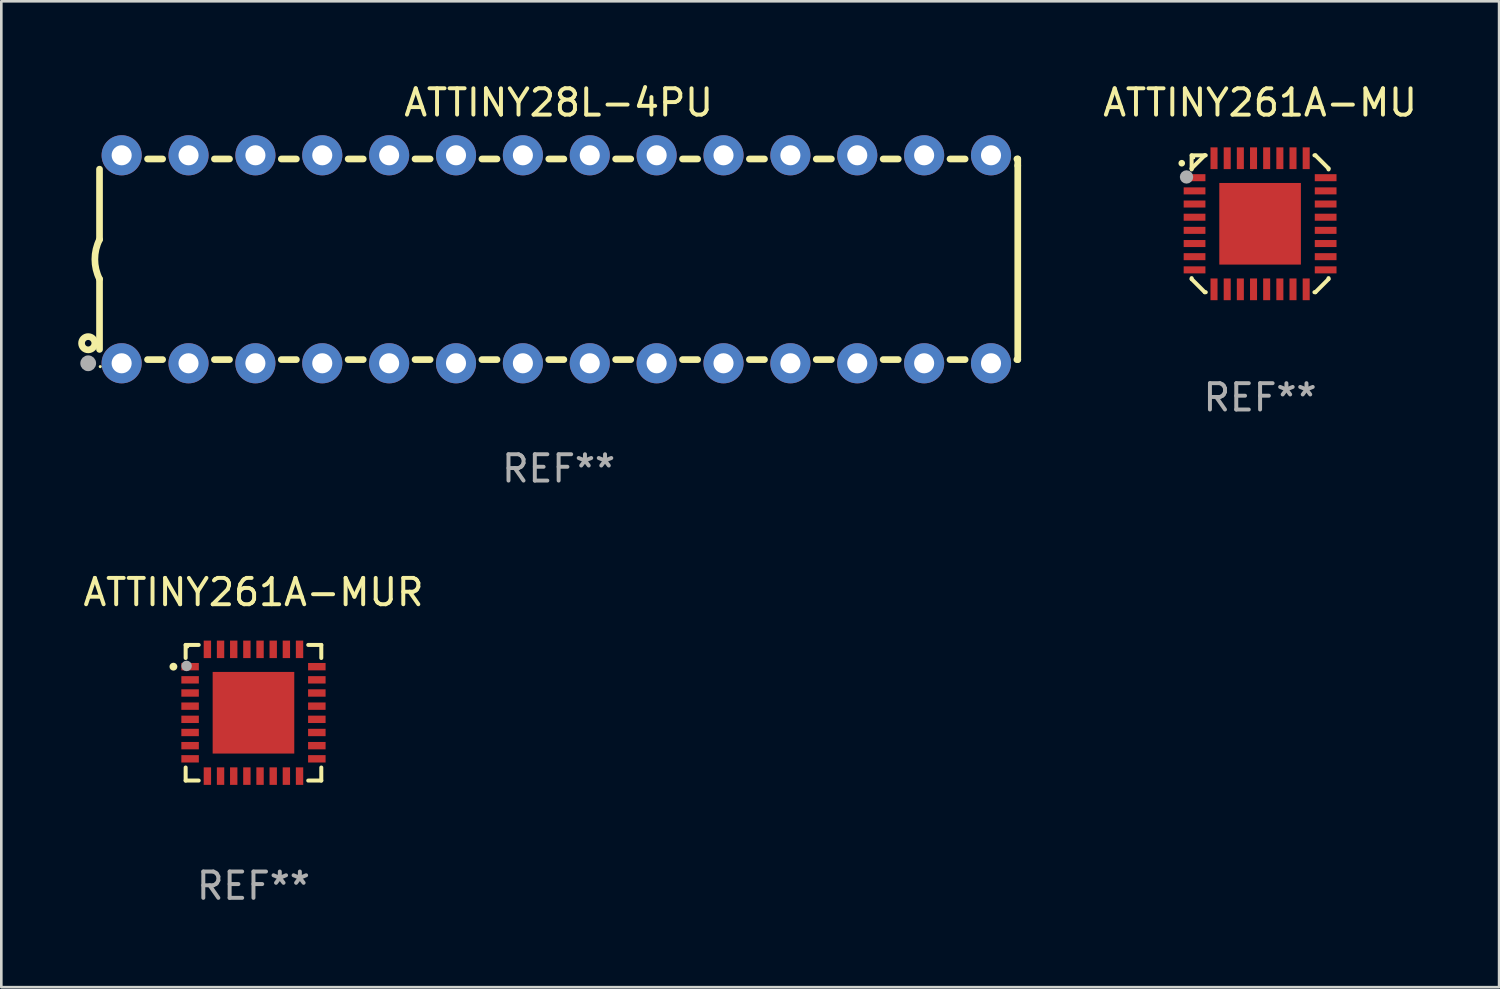
<source format=kicad_pcb>
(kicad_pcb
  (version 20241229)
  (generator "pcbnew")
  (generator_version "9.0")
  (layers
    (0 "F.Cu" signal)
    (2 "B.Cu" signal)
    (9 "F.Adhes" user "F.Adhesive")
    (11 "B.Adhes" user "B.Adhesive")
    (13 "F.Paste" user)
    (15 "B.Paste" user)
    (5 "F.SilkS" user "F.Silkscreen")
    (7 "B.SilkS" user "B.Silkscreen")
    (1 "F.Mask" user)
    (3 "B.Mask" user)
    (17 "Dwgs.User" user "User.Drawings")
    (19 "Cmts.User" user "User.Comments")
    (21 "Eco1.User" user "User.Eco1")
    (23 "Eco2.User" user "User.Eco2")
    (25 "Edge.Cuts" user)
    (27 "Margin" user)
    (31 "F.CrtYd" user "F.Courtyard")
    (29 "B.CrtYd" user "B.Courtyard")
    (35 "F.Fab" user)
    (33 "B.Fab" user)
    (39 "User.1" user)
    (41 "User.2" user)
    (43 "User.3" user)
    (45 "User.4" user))
  (footprint "ATTINY28L-4PU"
    (layer "F.Cu")
    (at 18.168 6.798)
    (property "Reference" "ATTINY28L-4PU" (at 0 -5.95 0) (layer "F.SilkS") (effects (font (size 1 1) (thickness 0.15))))
    (attr through_hole)
    (fp_line (start -17.438 0.75) (end -17.438 3.423) (stroke (width 0.254) (type solid)) (layer "F.SilkS"))
    (fp_line (start -17.438 -3.423) (end -17.438 -0.75) (stroke (width 0.254) (type solid)) (layer "F.SilkS"))
    (fp_line (start -15.615 3.81) (end -15.041 3.81) (stroke (width 0.254) (type solid)) (layer "F.SilkS"))
    (fp_line (start -15.041 -3.81) (end -15.614 -3.81) (stroke (width 0.254) (type solid)) (layer "F.SilkS"))
    (fp_line (start -13.075 3.81) (end -12.501 3.81) (stroke (width 0.254) (type solid)) (layer "F.SilkS"))
    (fp_line (start -12.501 -3.81) (end -13.074 -3.81) (stroke (width 0.254) (type solid)) (layer "F.SilkS"))
    (fp_line (start -10.535 3.81) (end -9.961 3.81) (stroke (width 0.254) (type solid)) (layer "F.SilkS"))
    (fp_line (start -9.961 -3.81) (end -10.534 -3.81) (stroke (width 0.254) (type solid)) (layer "F.SilkS"))
    (fp_line (start -7.995 3.81) (end -7.421 3.81) (stroke (width 0.254) (type solid)) (layer "F.SilkS"))
    (fp_line (start -7.421 -3.81) (end -7.995 -3.81) (stroke (width 0.254) (type solid)) (layer "F.SilkS"))
    (fp_line (start -5.455 3.81) (end -4.881 3.81) (stroke (width 0.254) (type solid)) (layer "F.SilkS"))
    (fp_line (start -4.881 -3.81) (end -5.455 -3.81) (stroke (width 0.254) (type solid)) (layer "F.SilkS"))
    (fp_line (start -2.915 3.81) (end -2.341 3.81) (stroke (width 0.254) (type solid)) (layer "F.SilkS"))
    (fp_line (start -2.341 -3.81) (end -2.915 -3.81) (stroke (width 0.254) (type solid)) (layer "F.SilkS"))
    (fp_line (start -0.375 3.81) (end 0.199 3.81) (stroke (width 0.254) (type solid)) (layer "F.SilkS"))
    (fp_line (start 0.199 -3.81) (end -0.375 -3.81) (stroke (width 0.254) (type solid)) (layer "F.SilkS"))
    (fp_line (start 2.165 3.81) (end 2.739 3.81) (stroke (width 0.254) (type solid)) (layer "F.SilkS"))
    (fp_line (start 2.739 -3.81) (end 2.165 -3.81) (stroke (width 0.254) (type solid)) (layer "F.SilkS"))
    (fp_line (start 4.705 3.81) (end 5.279 3.81) (stroke (width 0.254) (type solid)) (layer "F.SilkS"))
    (fp_line (start 5.279 -3.81) (end 4.705 -3.81) (stroke (width 0.254) (type solid)) (layer "F.SilkS"))
    (fp_line (start 7.245 3.81) (end 7.819 3.81) (stroke (width 0.254) (type solid)) (layer "F.SilkS"))
    (fp_line (start 7.819 -3.81) (end 7.245 -3.81) (stroke (width 0.254) (type solid)) (layer "F.SilkS"))
    (fp_line (start 9.785 3.81) (end 10.359 3.81) (stroke (width 0.254) (type solid)) (layer "F.SilkS"))
    (fp_line (start 10.359 -3.81) (end 9.785 -3.81) (stroke (width 0.254) (type solid)) (layer "F.SilkS"))
    (fp_line (start 12.325 3.81) (end 12.899 3.81) (stroke (width 0.254) (type solid)) (layer "F.SilkS"))
    (fp_line (start 12.899 -3.81) (end 12.325 -3.81) (stroke (width 0.254) (type solid)) (layer "F.SilkS"))
    (fp_line (start 14.865 3.81) (end 15.439 3.81) (stroke (width 0.254) (type solid)) (layer "F.SilkS"))
    (fp_line (start 15.439 -3.81) (end 14.865 -3.81) (stroke (width 0.254) (type solid)) (layer "F.SilkS"))
    (fp_line (start 17.405 3.81) (end 17.438 3.81) (stroke (width 0.254) (type solid)) (layer "F.SilkS"))
    (fp_line (start 17.438 -3.81) (end 17.405 -3.81) (stroke (width 0.254) (type solid)) (layer "F.SilkS"))
    (fp_line (start 17.438 -3.556) (end 17.438 -3.81) (stroke (width 0.254) (type solid)) (layer "F.SilkS"))
    (fp_line (start 17.438 3.81) (end 17.438 -3.556) (stroke (width 0.254) (type solid)) (layer "F.SilkS"))
    (fp_arc (start -17.437986 0.749657) (mid -17.614887 -0.000024) (end -17.437783 -0.749657) (stroke (width 0.254001) (type solid)) (layer "F.SilkS"))
    (fp_circle (center -17.868 3.188) (end -17.743 3.188) (stroke (width 0.254) (type solid)) (fill no) (layer "F.SilkS"))
    (fp_circle (center -17.411 4.077) (end -17.381 4.077) (stroke (width 0.06) (type solid)) (fill no) (layer "F.SilkS"))
    (fp_circle (center -17.868 3.95) (end -17.718 3.95) (stroke (width 0.3) (type solid)) (fill no) (layer "F.Fab"))
    (fp_text user "REF**" (at 0 7.95 0) (layer "F.Fab") (effects (font (size 1 1) (thickness 0.15))))
    (pad "1" thru_hole circle (at -16.598 3.95) (size 1.524 1.524) (drill 0.762) (layers "*.Cu" "*.Mask"))
    (pad "2" thru_hole circle (at -14.058 3.95) (size 1.524 1.524) (drill 0.762) (layers "*.Cu" "*.Mask"))
    (pad "3" thru_hole circle (at -11.518 3.95) (size 1.524 1.524) (drill 0.762) (layers "*.Cu" "*.Mask"))
    (pad "4" thru_hole circle (at -8.978 3.95) (size 1.524 1.524) (drill 0.762) (layers "*.Cu" "*.Mask"))
    (pad "5" thru_hole circle (at -6.438 3.95) (size 1.524 1.524) (drill 0.762) (layers "*.Cu" "*.Mask"))
    (pad "6" thru_hole circle (at -3.898 3.95) (size 1.524 1.524) (drill 0.762) (layers "*.Cu" "*.Mask"))
    (pad "7" thru_hole circle (at -1.358 3.95) (size 1.524 1.524) (drill 0.762) (layers "*.Cu" "*.Mask"))
    (pad "8" thru_hole circle (at 1.182 3.95) (size 1.524 1.524) (drill 0.762) (layers "*.Cu" "*.Mask"))
    (pad "9" thru_hole circle (at 3.722 3.95) (size 1.524 1.524) (drill 0.762) (layers "*.Cu" "*.Mask"))
    (pad "10" thru_hole circle (at 6.262 3.95) (size 1.524 1.524) (drill 0.762) (layers "*.Cu" "*.Mask"))
    (pad "11" thru_hole circle (at 8.802 3.95) (size 1.524 1.524) (drill 0.762) (layers "*.Cu" "*.Mask"))
    (pad "12" thru_hole circle (at 11.342 3.95) (size 1.524 1.524) (drill 0.762) (layers "*.Cu" "*.Mask"))
    (pad "13" thru_hole circle (at 13.882 3.95) (size 1.524 1.524) (drill 0.762) (layers "*.Cu" "*.Mask"))
    (pad "14" thru_hole circle (at 16.422 3.95) (size 1.524 1.524) (drill 0.762) (layers "*.Cu" "*.Mask"))
    (pad "15" thru_hole circle (at 16.422 -3.95) (size 1.524 1.524) (drill 0.762) (layers "*.Cu" "*.Mask"))
    (pad "16" thru_hole circle (at 13.882 -3.95) (size 1.524 1.524) (drill 0.762) (layers "*.Cu" "*.Mask"))
    (pad "17" thru_hole circle (at 11.342 -3.95) (size 1.524 1.524) (drill 0.762) (layers "*.Cu" "*.Mask"))
    (pad "18" thru_hole circle (at 8.802 -3.95) (size 1.524 1.524) (drill 0.762) (layers "*.Cu" "*.Mask"))
    (pad "19" thru_hole circle (at 6.262 -3.95) (size 1.524 1.524) (drill 0.762) (layers "*.Cu" "*.Mask"))
    (pad "20" thru_hole circle (at 3.722 -3.95) (size 1.524 1.524) (drill 0.762) (layers "*.Cu" "*.Mask"))
    (pad "21" thru_hole circle (at 1.182 -3.95) (size 1.524 1.524) (drill 0.762) (layers "*.Cu" "*.Mask"))
    (pad "22" thru_hole circle (at -1.358 -3.95) (size 1.524 1.524) (drill 0.762) (layers "*.Cu" "*.Mask"))
    (pad "23" thru_hole circle (at -3.898 -3.95) (size 1.524 1.524) (drill 0.762) (layers "*.Cu" "*.Mask"))
    (pad "24" thru_hole circle (at -6.438 -3.95) (size 1.524 1.524) (drill 0.762) (layers "*.Cu" "*.Mask"))
    (pad "25" thru_hole circle (at -8.978 -3.95) (size 1.524 1.524) (drill 0.762) (layers "*.Cu" "*.Mask"))
    (pad "26" thru_hole circle (at -11.517 -3.95) (size 1.524 1.524) (drill 0.762) (layers "*.Cu" "*.Mask"))
    (pad "27" thru_hole circle (at -14.057 -3.95) (size 1.524 1.524) (drill 0.762) (layers "*.Cu" "*.Mask"))
    (pad "28" thru_hole circle (at -16.597 -3.95) (size 1.524 1.524) (drill 0.762) (layers "*.Cu" "*.Mask")))
  (footprint "ATTINY261A-MU"
    (layer "F.Cu")
    (at 44.81 5.449)
    (property "Reference" "ATTINY261A-MU" (at 0 -4.6 0) (layer "F.SilkS") (effects (font (size 1 1) (thickness 0.15))))
    (attr through_hole)
    (fp_line (start -2.6 -2.6) (end -2.6 -2.1) (stroke (width 0.152) (type solid)) (layer "F.SilkS"))
    (fp_line (start -2.6 -2.1) (end -2.6 -2.063) (stroke (width 0.152) (type solid)) (layer "F.SilkS"))
    (fp_line (start -2.6 2.064) (end -2.6 2.1) (stroke (width 0.152) (type solid)) (layer "F.SilkS"))
    (fp_line (start -2.6 2.1) (end -2.1 2.6) (stroke (width 0.152) (type solid)) (layer "F.SilkS"))
    (fp_line (start -2.1 -2.6) (end -2.6 -2.6) (stroke (width 0.152) (type solid)) (layer "F.SilkS"))
    (fp_line (start -2.1 -2.6) (end -2.6 -2.1) (stroke (width 0.152) (type solid)) (layer "F.SilkS"))
    (fp_line (start -2.1 2.6) (end -2.063 2.6) (stroke (width 0.152) (type solid)) (layer "F.SilkS"))
    (fp_line (start -2.063 -2.6) (end -2.1 -2.6) (stroke (width 0.152) (type solid)) (layer "F.SilkS"))
    (fp_line (start 2.064 2.6) (end 2.1 2.6) (stroke (width 0.152) (type solid)) (layer "F.SilkS"))
    (fp_line (start 2.1 -2.6) (end 2.064 -2.6) (stroke (width 0.152) (type solid)) (layer "F.SilkS"))
    (fp_line (start 2.1 2.6) (end 2.6 2.1) (stroke (width 0.152) (type solid)) (layer "F.SilkS"))
    (fp_line (start 2.6 -2.1) (end 2.1 -2.6) (stroke (width 0.152) (type solid)) (layer "F.SilkS"))
    (fp_line (start 2.6 -2.063) (end 2.6 -2.1) (stroke (width 0.152) (type solid)) (layer "F.SilkS"))
    (fp_line (start 2.6 2.1) (end 2.6 2.064) (stroke (width 0.152) (type solid)) (layer "F.SilkS"))
    (fp_arc (start -2.975057 -2.298222) (mid -2.975063 -2.299492) (end -2.975057 -2.300762) (stroke (width 0.24892) (type solid)) (layer "F.SilkS"))
    (fp_circle (center -2.519 -2.504) (end -2.489 -2.504) (stroke (width 0.06) (type solid)) (fill no) (layer "F.SilkS"))
    (fp_circle (center -2.794 -1.778) (end -2.667 -1.778) (stroke (width 0.254) (type solid)) (fill no) (layer "F.Fab"))
    (fp_text user "REF**" (at 0 6.6 0) (layer "F.Fab") (effects (font (size 1 1) (thickness 0.15))))
    (pad "1" smd rect (at -2.489 -1.75 90) (size 0.267 0.826) (layers "F.Cu" "F.Mask" "F.Paste"))
    (pad "2" smd rect (at -2.489 -1.249 90) (size 0.267 0.826) (layers "F.Cu" "F.Mask" "F.Paste"))
    (pad "3" smd rect (at -2.489 -0.75 90) (size 0.267 0.826) (layers "F.Cu" "F.Mask" "F.Paste"))
    (pad "4" smd rect (at -2.489 -0.249 90) (size 0.267 0.826) (layers "F.Cu" "F.Mask" "F.Paste"))
    (pad "5" smd rect (at -2.489 0.25 90) (size 0.267 0.826) (layers "F.Cu" "F.Mask" "F.Paste"))
    (pad "6" smd rect (at -2.489 0.751 90) (size 0.267 0.826) (layers "F.Cu" "F.Mask" "F.Paste"))
    (pad "7" smd rect (at -2.489 1.25 90) (size 0.267 0.826) (layers "F.Cu" "F.Mask" "F.Paste"))
    (pad "8" smd rect (at -2.489 1.751 90) (size 0.267 0.826) (layers "F.Cu" "F.Mask" "F.Paste"))
    (pad "9" smd rect (at -1.75 2.49) (size 0.267 0.826) (layers "F.Cu" "F.Mask" "F.Paste"))
    (pad "10" smd rect (at -1.249 2.49) (size 0.267 0.826) (layers "F.Cu" "F.Mask" "F.Paste"))
    (pad "11" smd rect (at -0.75 2.49) (size 0.267 0.826) (layers "F.Cu" "F.Mask" "F.Paste"))
    (pad "12" smd rect (at -0.249 2.49) (size 0.267 0.826) (layers "F.Cu" "F.Mask" "F.Paste"))
    (pad "13" smd rect (at 0.25 2.49) (size 0.267 0.826) (layers "F.Cu" "F.Mask" "F.Paste"))
    (pad "14" smd rect (at 0.751 2.49) (size 0.267 0.826) (layers "F.Cu" "F.Mask" "F.Paste"))
    (pad "15" smd rect (at 1.25 2.49) (size 0.267 0.826) (layers "F.Cu" "F.Mask" "F.Paste"))
    (pad "16" smd rect (at 1.751 2.49) (size 0.267 0.826) (layers "F.Cu" "F.Mask" "F.Paste"))
    (pad "17" smd rect (at 2.49 1.751 90) (size 0.267 0.826) (layers "F.Cu" "F.Mask" "F.Paste"))
    (pad "18" smd rect (at 2.49 1.25 90) (size 0.267 0.826) (layers "F.Cu" "F.Mask" "F.Paste"))
    (pad "19" smd rect (at 2.49 0.751 90) (size 0.267 0.826) (layers "F.Cu" "F.Mask" "F.Paste"))
    (pad "20" smd rect (at 2.49 0.25 90) (size 0.267 0.826) (layers "F.Cu" "F.Mask" "F.Paste"))
    (pad "21" smd rect (at 2.49 -0.249 90) (size 0.267 0.826) (layers "F.Cu" "F.Mask" "F.Paste"))
    (pad "22" smd rect (at 2.49 -0.75 90) (size 0.267 0.826) (layers "F.Cu" "F.Mask" "F.Paste"))
    (pad "23" smd rect (at 2.49 -1.249 90) (size 0.267 0.826) (layers "F.Cu" "F.Mask" "F.Paste"))
    (pad "24" smd rect (at 2.49 -1.75 90) (size 0.267 0.826) (layers "F.Cu" "F.Mask" "F.Paste"))
    (pad "25" smd rect (at 1.751 -2.489) (size 0.267 0.826) (layers "F.Cu" "F.Mask" "F.Paste"))
    (pad "26" smd rect (at 1.25 -2.489) (size 0.267 0.826) (layers "F.Cu" "F.Mask" "F.Paste"))
    (pad "27" smd rect (at 0.751 -2.489) (size 0.267 0.826) (layers "F.Cu" "F.Mask" "F.Paste"))
    (pad "28" smd rect (at 0.25 -2.489) (size 0.267 0.826) (layers "F.Cu" "F.Mask" "F.Paste"))
    (pad "29" smd rect (at -0.249 -2.489) (size 0.267 0.826) (layers "F.Cu" "F.Mask" "F.Paste"))
    (pad "30" smd rect (at -0.75 -2.489) (size 0.267 0.826) (layers "F.Cu" "F.Mask" "F.Paste"))
    (pad "31" smd rect (at -1.249 -2.489) (size 0.267 0.826) (layers "F.Cu" "F.Mask" "F.Paste"))
    (pad "32" smd rect (at -1.75 -2.489) (size 0.267 0.826) (layers "F.Cu" "F.Mask" "F.Paste"))
    (pad "33" smd rect (at 0.000483 0.000483) (size 3.1 3.1) (layers "F.Cu" "F.Mask" "F.Paste")))
  (footprint "ATTINY261A-MUR"
    (layer "F.Cu")
    (at 6.577 24.021)
    (property "Reference" "ATTINY261A-MUR" (at 0 -4.576 0) (layer "F.SilkS") (effects (font (size 1 1) (thickness 0.15))))
    (attr through_hole)
    (fp_line (start -2.576 -2.576) (end -2.576 -2.08) (stroke (width 0.152) (type solid)) (layer "F.SilkS"))
    (fp_line (start -2.576 2.576) (end -2.576 2.08) (stroke (width 0.152) (type solid)) (layer "F.SilkS"))
    (fp_line (start -2.08 -2.576) (end -2.576 -2.576) (stroke (width 0.152) (type solid)) (layer "F.SilkS"))
    (fp_line (start -2.08 2.576) (end -2.576 2.576) (stroke (width 0.152) (type solid)) (layer "F.SilkS"))
    (fp_line (start 2.08 -2.576) (end 2.576 -2.576) (stroke (width 0.152) (type solid)) (layer "F.SilkS"))
    (fp_line (start 2.08 2.576) (end 2.576 2.576) (stroke (width 0.152) (type solid)) (layer "F.SilkS"))
    (fp_line (start 2.576 -2.576) (end 2.576 -2.08) (stroke (width 0.152) (type solid)) (layer "F.SilkS"))
    (fp_line (start 2.576 2.576) (end 2.576 2.08) (stroke (width 0.152) (type solid)) (layer "F.SilkS"))
    (fp_circle (center -3.04 -1.75) (end -2.965 -1.75) (stroke (width 0.15) (type solid)) (fill no) (layer "F.SilkS"))
    (fp_circle (center -2.5 -2.5) (end -2.47 -2.5) (stroke (width 0.06) (type solid)) (fill no) (layer "F.SilkS"))
    (fp_circle (center -2.54 -1.778) (end -2.44 -1.778) (stroke (width 0.2) (type solid)) (fill no) (layer "F.Fab"))
    (fp_text user "REF**" (at 0 6.576 0) (layer "F.Fab") (effects (font (size 1 1) (thickness 0.15))))
    (pad "1" smd rect (at -2.407 -1.75) (size 0.665 0.28) (layers "F.Cu" "F.Mask" "F.Paste"))
    (pad "2" smd rect (at -2.407 -1.25) (size 0.665 0.28) (layers "F.Cu" "F.Mask" "F.Paste"))
    (pad "3" smd rect (at -2.407 -0.75) (size 0.665 0.28) (layers "F.Cu" "F.Mask" "F.Paste"))
    (pad "4" smd rect (at -2.407 -0.25) (size 0.665 0.28) (layers "F.Cu" "F.Mask" "F.Paste"))
    (pad "5" smd rect (at -2.407 0.25) (size 0.665 0.28) (layers "F.Cu" "F.Mask" "F.Paste"))
    (pad "6" smd rect (at -2.407 0.75) (size 0.665 0.28) (layers "F.Cu" "F.Mask" "F.Paste"))
    (pad "7" smd rect (at -2.407 1.25) (size 0.665 0.28) (layers "F.Cu" "F.Mask" "F.Paste"))
    (pad "8" smd rect (at -2.407 1.75) (size 0.665 0.28) (layers "F.Cu" "F.Mask" "F.Paste"))
    (pad "9" smd rect (at -1.75 2.407) (size 0.28 0.665) (layers "F.Cu" "F.Mask" "F.Paste"))
    (pad "10" smd rect (at -1.25 2.407) (size 0.28 0.665) (layers "F.Cu" "F.Mask" "F.Paste"))
    (pad "11" smd rect (at -0.75 2.407) (size 0.28 0.665) (layers "F.Cu" "F.Mask" "F.Paste"))
    (pad "12" smd rect (at -0.25 2.407) (size 0.28 0.665) (layers "F.Cu" "F.Mask" "F.Paste"))
    (pad "13" smd rect (at 0.25 2.407) (size 0.28 0.665) (layers "F.Cu" "F.Mask" "F.Paste"))
    (pad "14" smd rect (at 0.75 2.407) (size 0.28 0.665) (layers "F.Cu" "F.Mask" "F.Paste"))
    (pad "15" smd rect (at 1.25 2.407) (size 0.28 0.665) (layers "F.Cu" "F.Mask" "F.Paste"))
    (pad "16" smd rect (at 1.75 2.407) (size 0.28 0.665) (layers "F.Cu" "F.Mask" "F.Paste"))
    (pad "17" smd rect (at 2.407 1.75) (size 0.665 0.28) (layers "F.Cu" "F.Mask" "F.Paste"))
    (pad "18" smd rect (at 2.407 1.25) (size 0.665 0.28) (layers "F.Cu" "F.Mask" "F.Paste"))
    (pad "19" smd rect (at 2.407 0.75) (size 0.665 0.28) (layers "F.Cu" "F.Mask" "F.Paste"))
    (pad "20" smd rect (at 2.407 0.25) (size 0.665 0.28) (layers "F.Cu" "F.Mask" "F.Paste"))
    (pad "21" smd rect (at 2.407 -0.25) (size 0.665 0.28) (layers "F.Cu" "F.Mask" "F.Paste"))
    (pad "22" smd rect (at 2.407 -0.75) (size 0.665 0.28) (layers "F.Cu" "F.Mask" "F.Paste"))
    (pad "23" smd rect (at 2.407 -1.25) (size 0.665 0.28) (layers "F.Cu" "F.Mask" "F.Paste"))
    (pad "24" smd rect (at 2.407 -1.75) (size 0.665 0.28) (layers "F.Cu" "F.Mask" "F.Paste"))
    (pad "25" smd rect (at 1.75 -2.408) (size 0.28 0.665) (layers "F.Cu" "F.Mask" "F.Paste"))
    (pad "26" smd rect (at 1.25 -2.408) (size 0.28 0.665) (layers "F.Cu" "F.Mask" "F.Paste"))
    (pad "27" smd rect (at 0.75 -2.408) (size 0.28 0.665) (layers "F.Cu" "F.Mask" "F.Paste"))
    (pad "28" smd rect (at 0.25 -2.408) (size 0.28 0.665) (layers "F.Cu" "F.Mask" "F.Paste"))
    (pad "29" smd rect (at -0.25 -2.408) (size 0.28 0.665) (layers "F.Cu" "F.Mask" "F.Paste"))
    (pad "30" smd rect (at -0.75 -2.408) (size 0.28 0.665) (layers "F.Cu" "F.Mask" "F.Paste"))
    (pad "31" smd rect (at -1.25 -2.408) (size 0.28 0.665) (layers "F.Cu" "F.Mask" "F.Paste"))
    (pad "32" smd rect (at -1.75 -2.408) (size 0.28 0.665) (layers "F.Cu" "F.Mask" "F.Paste"))
    (pad "33" smd rect (at -0.000076 -0.000102) (size 3.1 3.1) (layers "F.Cu" "F.Mask" "F.Paste")))
  (gr_rect
    (start -3 -3)
    (end 53.888 34.445)
    (stroke (width 0.1) (type default))
    (fill no)
    (layer "Edge.Cuts")))
</source>
